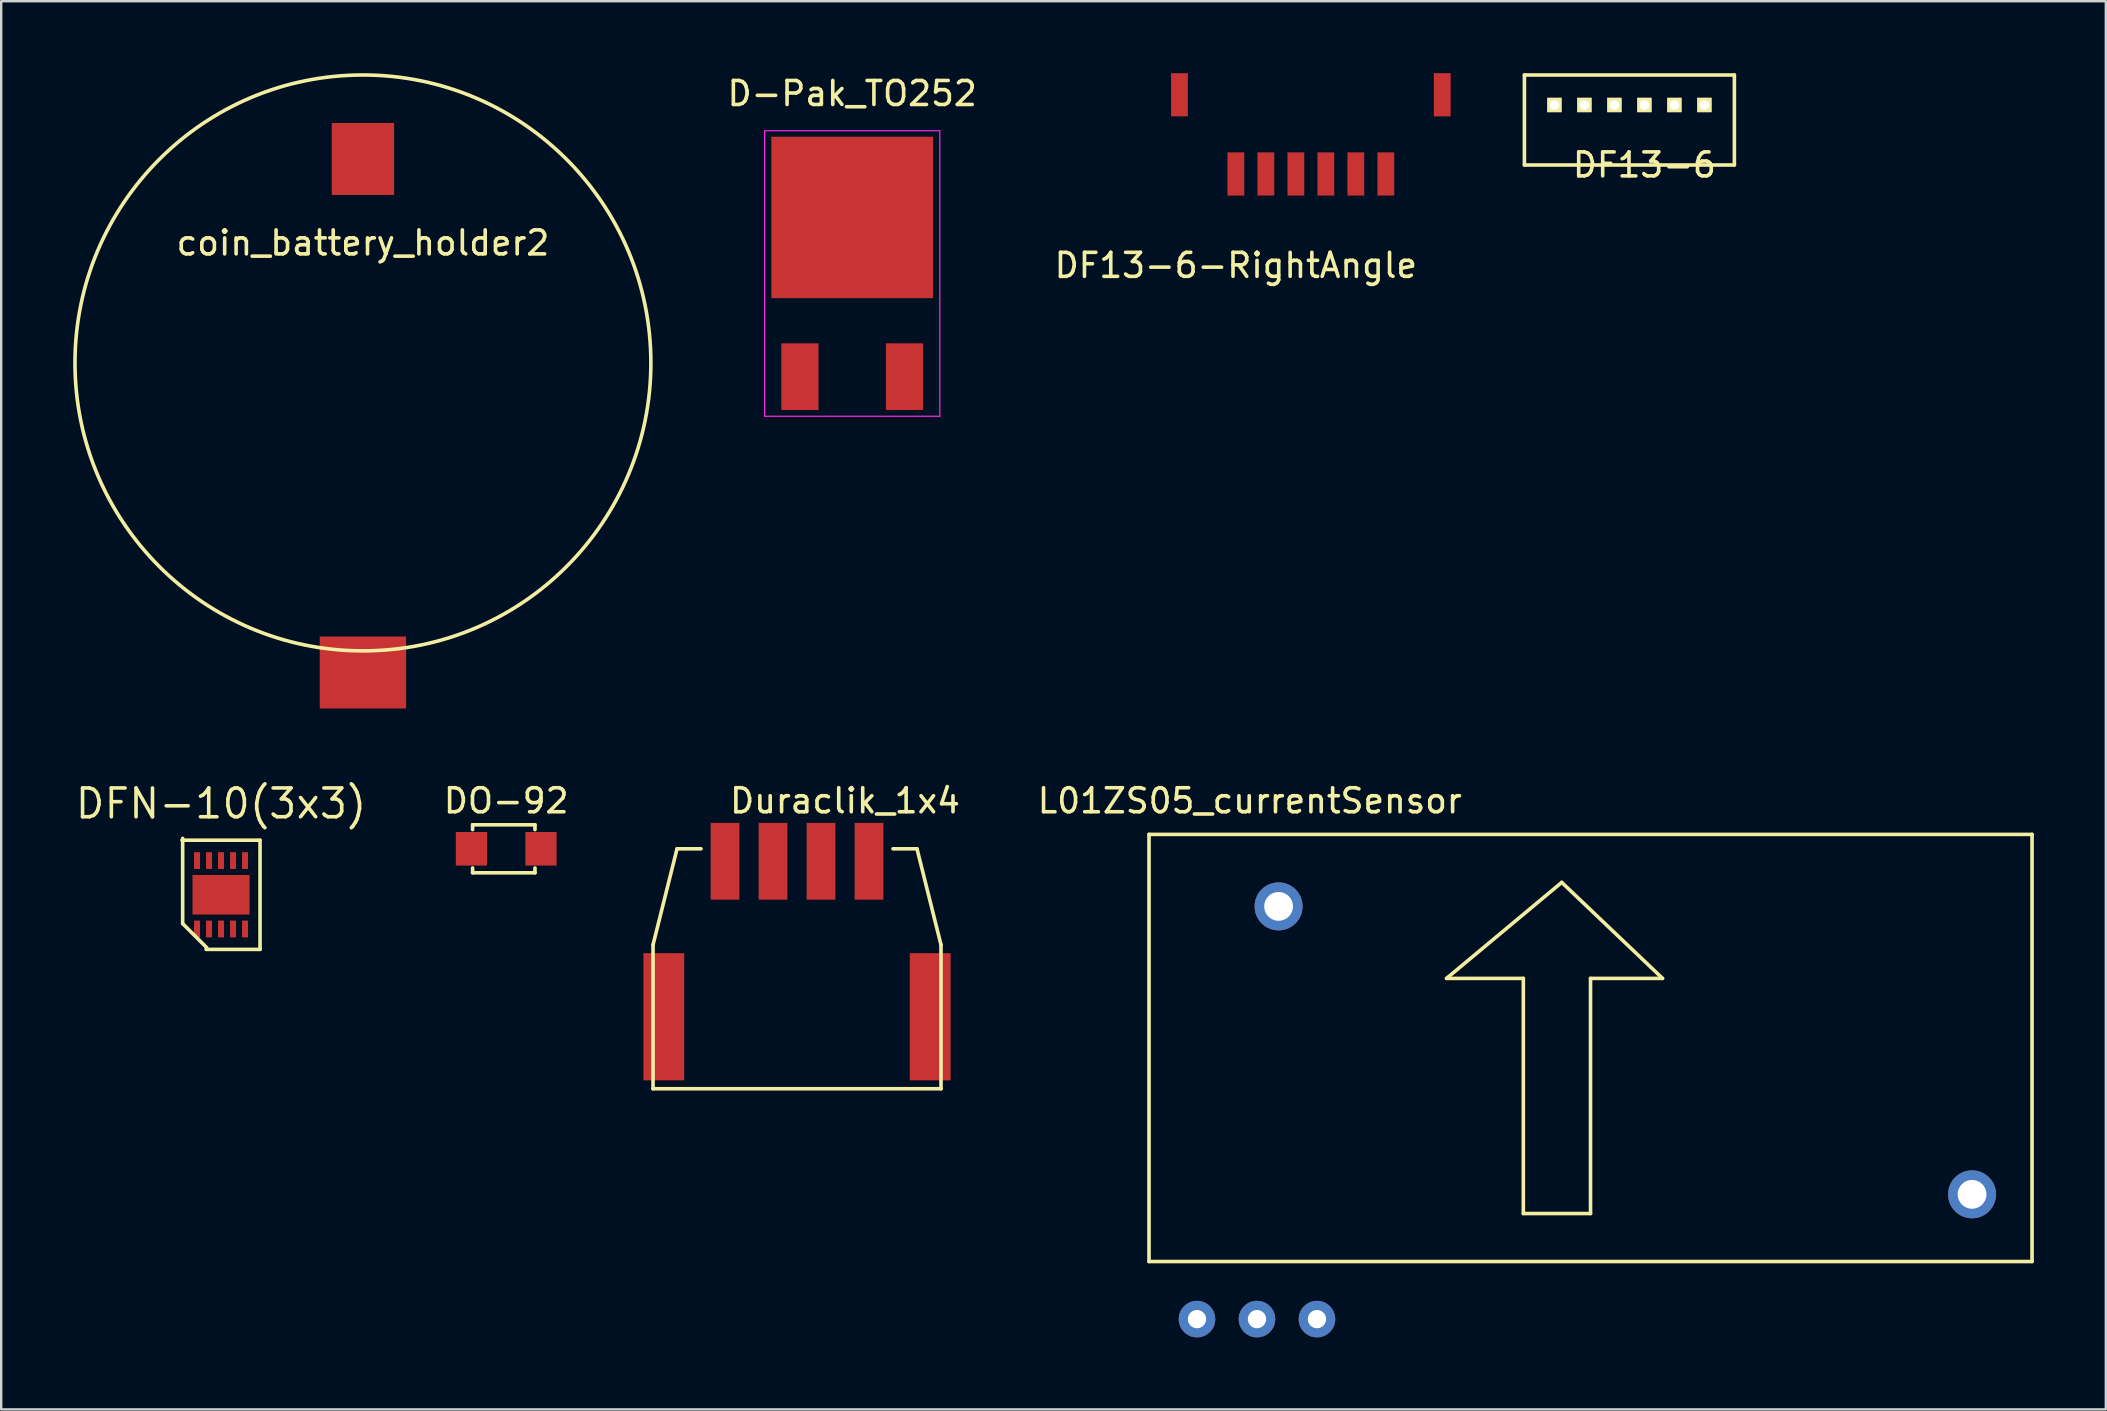
<source format=kicad_pcb>
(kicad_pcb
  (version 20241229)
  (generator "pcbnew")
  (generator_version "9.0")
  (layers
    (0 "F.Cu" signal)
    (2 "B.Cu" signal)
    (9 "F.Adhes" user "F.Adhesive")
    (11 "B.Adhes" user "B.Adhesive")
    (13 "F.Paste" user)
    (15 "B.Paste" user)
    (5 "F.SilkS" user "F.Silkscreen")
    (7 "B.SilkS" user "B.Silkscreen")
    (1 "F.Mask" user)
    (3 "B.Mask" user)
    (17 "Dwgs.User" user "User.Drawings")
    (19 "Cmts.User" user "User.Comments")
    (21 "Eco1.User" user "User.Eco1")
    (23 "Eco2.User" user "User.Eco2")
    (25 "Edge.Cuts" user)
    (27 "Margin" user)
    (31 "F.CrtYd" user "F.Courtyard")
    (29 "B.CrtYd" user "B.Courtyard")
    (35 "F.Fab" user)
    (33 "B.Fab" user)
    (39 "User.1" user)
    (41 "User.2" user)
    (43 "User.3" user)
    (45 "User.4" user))
  (footprint "coin_battery_holder2"
    (layer "F.Cu")
    (at 12.075 12.075)
    (property "Reference" "coin_battery_holder2" (at 0 -5 0) (layer "F.SilkS") (effects (font (size 1 1) (thickness 0.15))))
    (attr through_hole)
    (fp_circle (center 0 0) (end 12 0) (stroke (width 0.15) (type solid)) (fill no) (layer "F.SilkS"))
    (pad "1" smd rect (at 0 -8.5) (size 2.6 3) (layers "F.Cu" "F.Mask" "F.Paste"))
    (pad "2" smd rect (at 0 12.9) (size 3.6 3) (layers "F.Cu" "F.Mask" "F.Paste")))
  (footprint "DF13-6-RightAngle"
    (layer "F.Cu")
    (at 48.454 4.2)
    (property "Reference" "DF13-6-RightAngle" (at 0 3.81 0) (layer "F.SilkS") (effects (font (size 1 1) (thickness 0.15))))
    (attr through_hole)
    (pad "1" smd rect (at 0 0) (size 0.7 1.8) (layers "F.Cu" "F.Mask" "F.Paste"))
    (pad "2" smd rect (at 1.25 0) (size 0.7 1.8) (layers "F.Cu" "F.Mask" "F.Paste"))
    (pad "3" smd rect (at 2.5 0) (size 0.7 1.8) (layers "F.Cu" "F.Mask" "F.Paste"))
    (pad "4" smd rect (at 3.75 0) (size 0.7 1.8) (layers "F.Cu" "F.Mask" "F.Paste"))
    (pad "5" smd rect (at 5 0) (size 0.7 1.8) (layers "F.Cu" "F.Mask" "F.Paste"))
    (pad "6" smd rect (at 6.25 0) (size 0.7 1.8) (layers "F.Cu" "F.Mask" "F.Paste"))
    (pad "7" smd rect (at -2.35 -3.3) (size 0.7 1.8) (layers "F.Cu" "F.Mask" "F.Paste"))
    (pad "8" smd rect (at 8.6 -3.3) (size 0.7 1.8) (layers "F.Cu" "F.Mask" "F.Paste")))
  (footprint "DF13-6"
    (layer "F.Cu")
    (at 65.479 1.325)
    (property "Reference" "DF13-6" (at 0 2.5 0) (layer "F.SilkS") (effects (font (size 1 1) (thickness 0.15))))
    (attr through_hole)
    (fp_line (start -5 -1.25) (end 3.75 -1.25) (stroke (width 0.15) (type solid)) (layer "F.SilkS"))
    (fp_line (start -5 2.5) (end -5 -1.25) (stroke (width 0.15) (type solid)) (layer "F.SilkS"))
    (fp_line (start 3.75 -1.25) (end 3.75 2.5) (stroke (width 0.15) (type solid)) (layer "F.SilkS"))
    (fp_line (start 3.75 2.5) (end -5 2.5) (stroke (width 0.15) (type solid)) (layer "F.SilkS"))
    (pad "1" thru_hole rect (at 2.5 0) (size 0.6 0.6) (drill 0.4) (layers "*.Cu" "*.Mask" "F.SilkS"))
    (pad "2" thru_hole rect (at 1.25 0) (size 0.6 0.6) (drill 0.4) (layers "*.Cu" "*.Mask" "F.SilkS"))
    (pad "3" thru_hole rect (at 0 0) (size 0.6 0.6) (drill 0.4) (layers "*.Cu" "*.Mask" "F.SilkS"))
    (pad "4" thru_hole rect (at -1.25 0) (size 0.6 0.6) (drill 0.4) (layers "*.Cu" "*.Mask" "F.SilkS"))
    (pad "5" thru_hole rect (at -2.5 0) (size 0.6 0.6) (drill 0.4) (layers "*.Cu" "*.Mask" "F.SilkS"))
    (pad "6" thru_hole rect (at -3.75 0) (size 0.6 0.6) (drill 0.4) (layers "*.Cu" "*.Mask" "F.SilkS")))
  (footprint "D-Pak_TO252"
    (layer "F.Cu")
    (at 32.465 8.348)
    (property "Reference" "D-Pak_TO252" (at 0 -7.5 0) (layer "F.SilkS") (effects (font (size 1 1) (thickness 0.15))))
    (attr smd)
    (fp_line (start -3.65 -5.95) (end 3.65 -5.95) (stroke (width 0.05) (type solid)) (layer "F.CrtYd"))
    (fp_line (start -3.65 5.95) (end -3.65 -5.95) (stroke (width 0.05) (type solid)) (layer "F.CrtYd"))
    (fp_line (start 3.65 -5.95) (end 3.65 5.95) (stroke (width 0.05) (type solid)) (layer "F.CrtYd"))
    (fp_line (start 3.65 5.95) (end -3.65 5.95) (stroke (width 0.05) (type solid)) (layer "F.CrtYd"))
    (pad "1" smd rect (at -2.18 4.3) (size 1.55 2.78) (layers "F.Cu" "F.Mask" "F.Paste"))
    (pad "2" smd rect (at 0 -2.335) (size 6.74 6.73) (layers "F.Cu" "F.Mask" "F.Paste"))
    (pad "3" smd rect (at 2.18 4.3) (size 1.55 2.78) (layers "F.Cu" "F.Mask" "F.Paste")))
  (footprint "Duraclik_1x4"
    (layer "F.Cu")
    (at 30.165 39.323)
    (property "Reference" "Duraclik_1x4" (at 2 -9 0) (layer "F.SilkS") (effects (font (size 1 1) (thickness 0.15))))
    (attr through_hole)
    (fp_line (start -6 -3) (end -6 3) (stroke (width 0.15) (type solid)) (layer "F.SilkS"))
    (fp_line (start -6 3) (end 6 3) (stroke (width 0.15) (type solid)) (layer "F.SilkS"))
    (fp_line (start -5 -7) (end -6 -3) (stroke (width 0.15) (type solid)) (layer "F.SilkS"))
    (fp_line (start -4 -7) (end -5 -7) (stroke (width 0.15) (type solid)) (layer "F.SilkS"))
    (fp_line (start 5 -7) (end 4 -7) (stroke (width 0.15) (type solid)) (layer "F.SilkS"))
    (fp_line (start 6 -3) (end 5 -7) (stroke (width 0.15) (type solid)) (layer "F.SilkS"))
    (fp_line (start 6 3) (end 6 -3) (stroke (width 0.15) (type solid)) (layer "F.SilkS"))
    (pad "" smd rect (at -5.55 0) (size 1.7 5.3) (layers "F.Cu" "F.Mask" "F.Paste"))
    (pad "" smd rect (at 5.55 0) (size 1.7 5.3) (layers "F.Cu" "F.Mask" "F.Paste"))
    (pad "1" smd rect (at -3 -6.48) (size 1.2 3.2) (layers "F.Cu" "F.Mask" "F.Paste"))
    (pad "2" smd rect (at -1 -6.48) (size 1.2 3.2) (layers "F.Cu" "F.Mask" "F.Paste"))
    (pad "3" smd rect (at 1 -6.48) (size 1.2 3.2) (layers "F.Cu" "F.Mask" "F.Paste"))
    (pad "4" smd rect (at 3 -6.48) (size 1.2 3.2) (layers "F.Cu" "F.Mask" "F.Paste")))
  (footprint "L01ZS05_currentSensor"
    (layer "F.Cu")
    (at 46.834 51.923)
    (property "Reference" "L01ZS05_currentSensor" (at 2.2 -21.6 0) (layer "F.SilkS") (effects (font (size 1 1) (thickness 0.15))))
    (attr through_hole)
    (fp_line (start -2 -20.2) (end 34.8 -20.2) (stroke (width 0.15) (type solid)) (layer "F.SilkS"))
    (fp_line (start -2 -2.4) (end -2 -20.2) (stroke (width 0.15) (type solid)) (layer "F.SilkS"))
    (fp_line (start 10.4 -14.2) (end 15.2 -18.2) (stroke (width 0.15) (type solid)) (layer "F.SilkS"))
    (fp_line (start 13.6 -14.2) (end 10.4 -14.2) (stroke (width 0.15) (type solid)) (layer "F.SilkS"))
    (fp_line (start 13.6 -4.4) (end 13.6 -14.2) (stroke (width 0.15) (type solid)) (layer "F.SilkS"))
    (fp_line (start 16.4 -14.2) (end 16.4 -4.4) (stroke (width 0.15) (type solid)) (layer "F.SilkS"))
    (fp_line (start 16.4 -14.2) (end 19.4 -14.2) (stroke (width 0.15) (type solid)) (layer "F.SilkS"))
    (fp_line (start 16.4 -4.4) (end 13.6 -4.4) (stroke (width 0.15) (type solid)) (layer "F.SilkS"))
    (fp_line (start 19.4 -14.2) (end 15.2 -18.2) (stroke (width 0.15) (type solid)) (layer "F.SilkS"))
    (fp_line (start 34.8 -20.2) (end 34.8 -2.4) (stroke (width 0.15) (type solid)) (layer "F.SilkS"))
    (fp_line (start 34.8 -2.4) (end -2 -2.4) (stroke (width 0.15) (type solid)) (layer "F.SilkS"))
    (pad "" thru_hole circle (at 3.4 -17.2) (size 2 2) (drill 1.2) (layers "*.Cu" "*.Mask"))
    (pad "" thru_hole circle (at 32.3 -5.2) (size 2 2) (drill 1.2) (layers "*.Cu" "*.Mask"))
    (pad "1" thru_hole circle (at 0 0) (size 1.524 1.524) (drill 0.762) (layers "*.Cu" "*.Mask"))
    (pad "2" thru_hole circle (at 2.5 0) (size 1.524 1.524) (drill 0.762) (layers "*.Cu" "*.Mask"))
    (pad "3" thru_hole circle (at 5 0) (size 1.524 1.524) (drill 0.762) (layers "*.Cu" "*.Mask")))
  (footprint "DO-92"
    (layer "F.Cu")
    (at 18.045 32.323)
    (property "Reference" "DO-92" (at 0 -2 0) (layer "F.SilkS") (effects (font (size 1 1) (thickness 0.15))))
    (attr through_hole)
    (fp_line (start -1.4 -1) (end 1.2 -1) (stroke (width 0.15) (type solid)) (layer "F.SilkS"))
    (fp_line (start -1.4 -0.8) (end -1.4 -1) (stroke (width 0.15) (type solid)) (layer "F.SilkS"))
    (fp_line (start -1.4 0.8) (end -1.4 1) (stroke (width 0.15) (type solid)) (layer "F.SilkS"))
    (fp_line (start -1.4 1) (end 1.2 1) (stroke (width 0.15) (type solid)) (layer "F.SilkS"))
    (fp_line (start 1.2 -1) (end 1.2 -0.8) (stroke (width 0.15) (type solid)) (layer "F.SilkS"))
    (fp_line (start 1.2 1) (end 1.2 0.8) (stroke (width 0.15) (type solid)) (layer "F.SilkS"))
    (pad "1" smd rect (at -1.45 0) (size 1.3 1.4) (layers "F.Cu" "F.Mask" "F.Paste"))
    (pad "2" smd rect (at 1.45 0) (size 1.3 1.4) (layers "F.Cu" "F.Mask" "F.Paste")))
  (footprint "DFN-10(3x3)"
    (layer "F.Cu")
    (at 6.162 34.24)
    (property "Reference" "DFN-10(3x3)" (at 0 -3.8 180) (layer "F.SilkS") (effects (font (size 1.2 1.2) (thickness 0.15))))
    (attr through_hole)
    (fp_line (start -1.625 -2.275) (end 1.625 -2.275) (stroke (width 0.15) (type solid)) (layer "F.SilkS"))
    (fp_line (start -1.6 -2.35) (end -1.6 1.2) (stroke (width 0.15) (type solid)) (layer "F.SilkS"))
    (fp_line (start -1.6 1.2) (end -0.6 2.2) (stroke (width 0.15) (type solid)) (layer "F.SilkS"))
    (fp_line (start 1.625 2.275) (end -0.625 2.275) (stroke (width 0.15) (type solid)) (layer "F.SilkS"))
    (fp_line (start 1.625 2.275) (end 1.625 -2.275) (stroke (width 0.15) (type solid)) (layer "F.SilkS"))
    (pad "1" smd rect (at -1 1.425) (size 0.25 0.7) (layers "F.Cu" "F.Mask" "F.Paste"))
    (pad "2" smd rect (at -0.5 1.425) (size 0.25 0.7) (layers "F.Cu" "F.Mask" "F.Paste"))
    (pad "3" smd rect (at 0 1.425) (size 0.25 0.7) (layers "F.Cu" "F.Mask" "F.Paste"))
    (pad "4" smd rect (at 0.5 1.425) (size 0.25 0.7) (layers "F.Cu" "F.Mask" "F.Paste"))
    (pad "5" smd rect (at 1 1.425) (size 0.25 0.7) (layers "F.Cu" "F.Mask" "F.Paste"))
    (pad "6" smd rect (at 1 -1.425) (size 0.25 0.7) (layers "F.Cu" "F.Mask" "F.Paste"))
    (pad "7" smd rect (at 0.5 -1.425) (size 0.25 0.7) (layers "F.Cu" "F.Mask" "F.Paste"))
    (pad "8" smd rect (at 0 -1.425) (size 0.25 0.7) (layers "F.Cu" "F.Mask" "F.Paste"))
    (pad "9" smd rect (at -0.5 -1.425) (size 0.25 0.7) (layers "F.Cu" "F.Mask" "F.Paste"))
    (pad "10" smd rect (at -1 -1.425) (size 0.25 0.7) (layers "F.Cu" "F.Mask" "F.Paste"))
    (pad "11" smd rect (at 0 0) (size 2.38 1.65) (layers "F.Cu" "F.Mask" "F.Paste")))
  (gr_rect
    (start -3 -3)
    (end 84.709 55.685)
    (stroke (width 0.1) (type default))
    (fill no)
    (layer "Edge.Cuts")))
</source>
